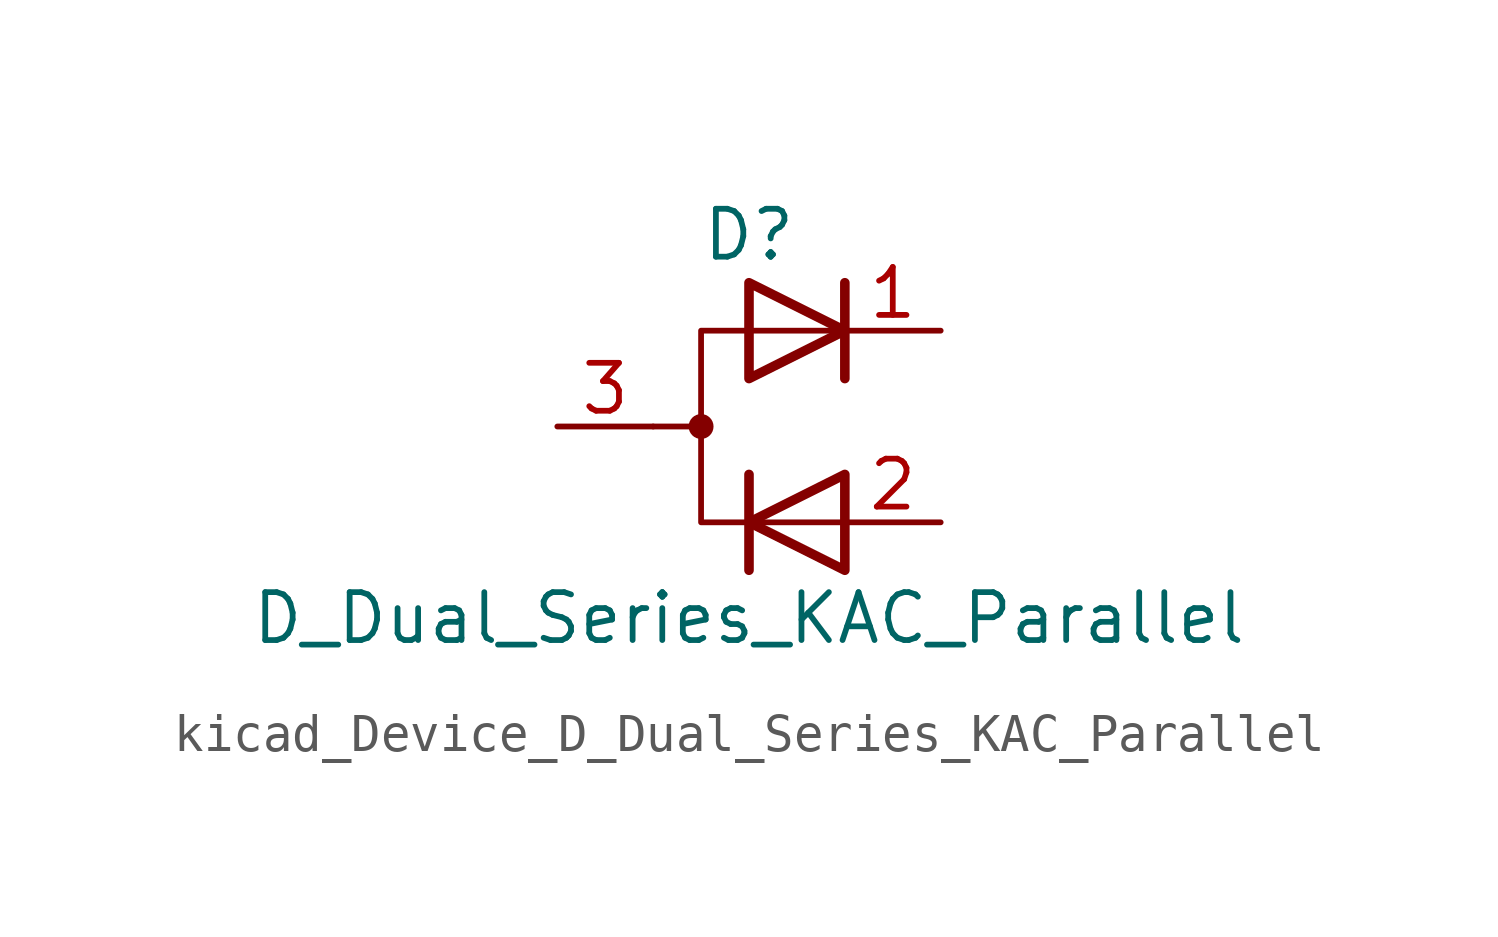
<source format=kicad_sym>
(kicad_symbol_lib
  (version 20220914)
  (generator kicad_symbol_editor)
  (symbol "kicad_Device_D_Dual_Series_KAC_Parallel"
    (pin_names
      (offset 0.762) hide)
    (property "Reference" "D"
      (at 0 5.08 0)
      (effects (font (size 1.27 1.27))))
    (property "Value" "D_Dual_Series_KAC_Parallel"
      (at 0 -5.08 0)
      (effects (font (size 1.27 1.27))))
    (symbol "kicad_Device_D_Dual_Series_KAC_Parallel_0_0"
      (polyline (pts (xy 0 -1.27) (xy 0 -3.81)) (stroke (width 0.254) (type default)) (fill (type none)))
      (polyline (pts (xy 2.54 3.81) (xy 2.54 1.27)) (stroke (width 0.254) (type default)) (fill (type none))))
    (symbol "kicad_Device_D_Dual_Series_KAC_Parallel_0_1"
      (circle (center -1.27 0) (radius 0.254) (stroke (width 0) (type default)) (fill (type outline)))
      (polyline (pts (xy -1.27 0) (xy -2.54 0)) (stroke (width 0) (type default)) (fill (type none)))
      (polyline (pts (xy 2.54 2.54) (xy -1.27 2.54) (xy -1.27 -2.54) (xy 2.54 -2.54)) (stroke (width 0) (type default)) (fill (type none)))
      (polyline (pts (xy 0 3.81) (xy 2.54 2.54) (xy 0 1.27) (xy 0 3.81) (xy 0 3.81) (xy 0 3.81)) (stroke (width 0.254) (type default)) (fill (type none)))
      (polyline (pts (xy 2.54 -1.27) (xy 0 -2.54) (xy 2.54 -3.81) (xy 2.54 -1.27) (xy 2.54 -1.27) (xy 2.54 -1.27)) (stroke (width 0.254) (type default)) (fill (type none)))
      (pin passive line (at 5.08 2.54 180) (length 2.54) (name "K" (effects (font (size 1.27 1.27)))) (number "1" (effects (font (size 1.27 1.27)))))
      (pin passive line (at 5.08 -2.54 180) (length 2.54) (name "K" (effects (font (size 1.27 1.27)))) (number "2" (effects (font (size 1.27 1.27)))))
      (pin passive line (at -5.08 0 0) (length 2.54) (name "A" (effects (font (size 1.27 1.27)))) (number "3" (effects (font (size 1.27 1.27))))))))
</source>
